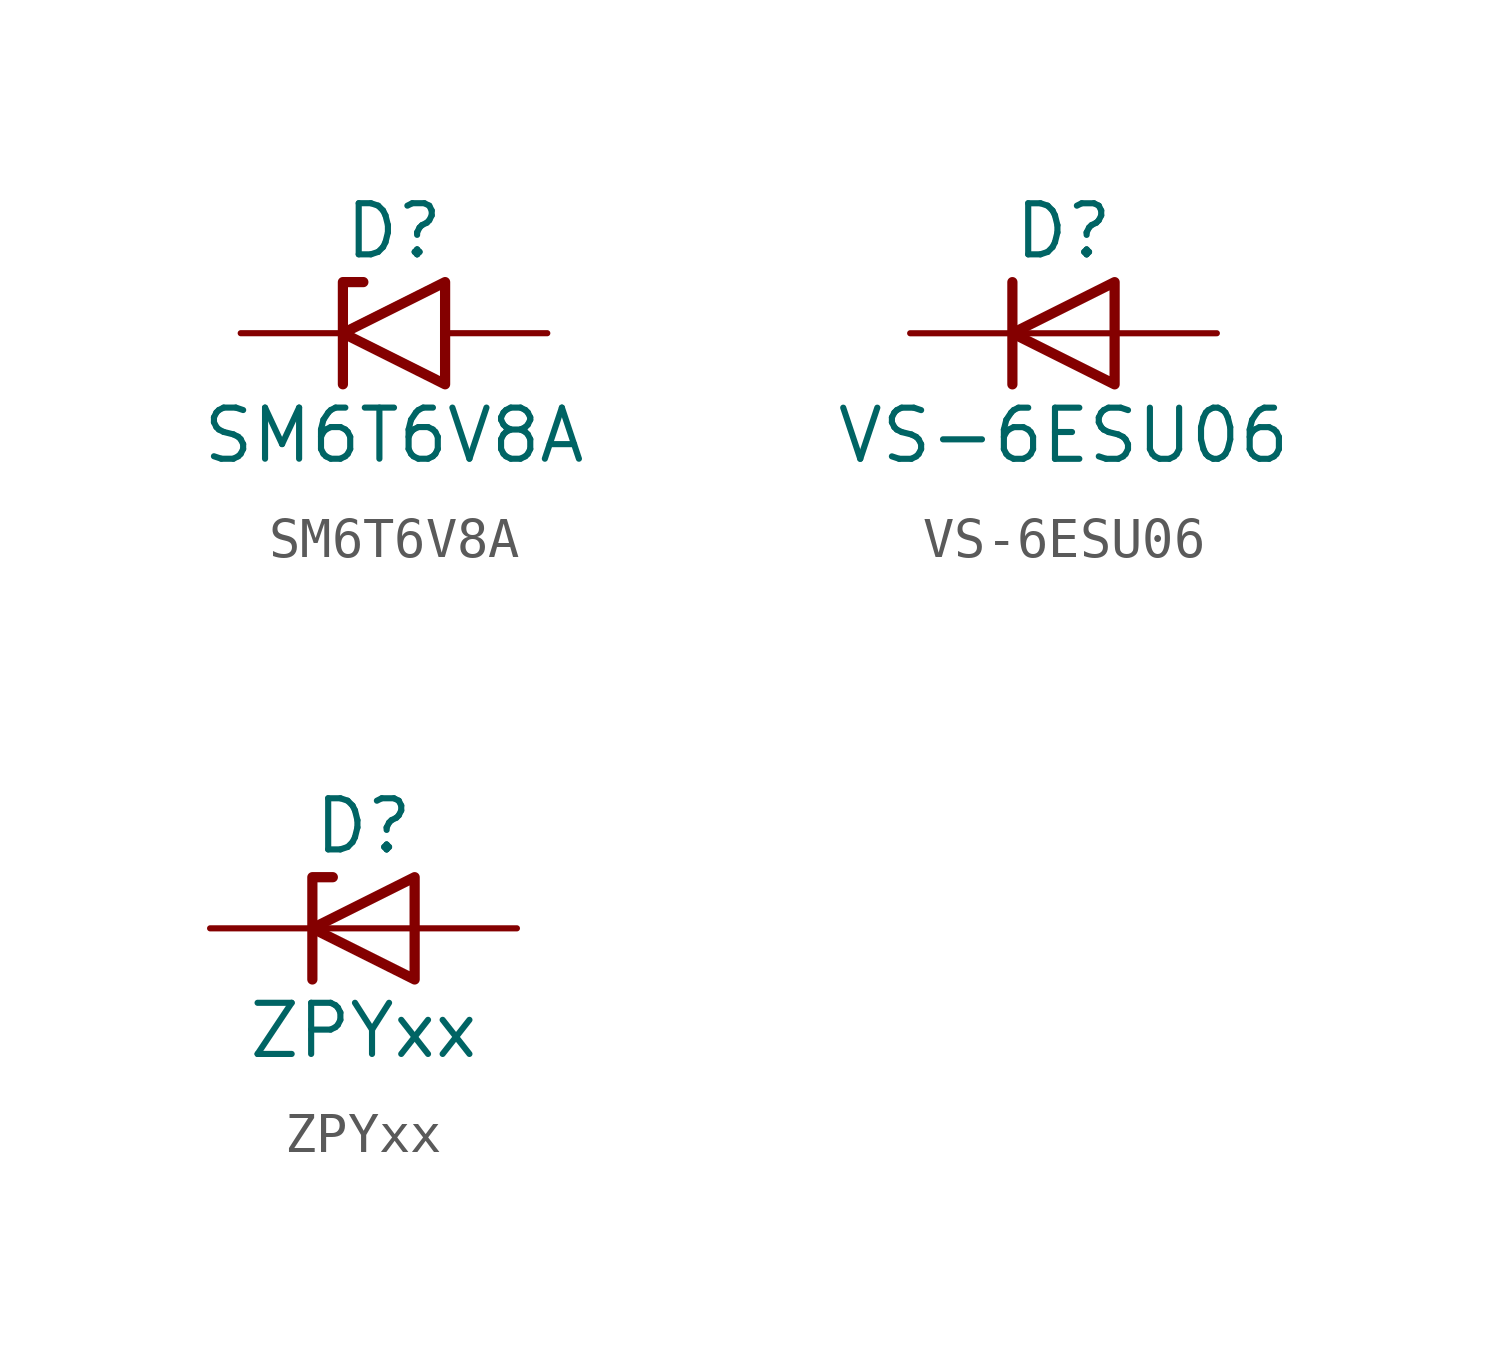
<source format=kicad_sym>
(kicad_symbol_lib
  (version 20211014)
  (generator kicad_symbol_editor)
  (symbol "SM6T6V8A"
    (pin_numbers hide)
    (pin_names
      (offset 1.016) hide)
    (property "Reference" "D"
      (at 0 2.54 0)
      (effects (font (size 1.27 1.27))))
    (property "Value" "SM6T6V8A"
      (at 0 -2.54 0)
      (effects (font (size 1.27 1.27))))
    (symbol "SM6T6V8A_0_1"
      (polyline (pts (xy -0.762 1.27) (xy -1.27 1.27) (xy -1.27 -1.27)) (stroke (width 0.254) (type default) (color 0 0 0 0)) (fill (type none)))
      (polyline (pts (xy 1.27 1.27) (xy 1.27 -1.27) (xy -1.27 0) (xy 1.27 1.27)) (stroke (width 0.254) (type default) (color 0 0 0 0)) (fill (type none))))
    (symbol "SM6T6V8A_1_1"
      (pin passive line (at -3.81 0 0) (length 2.54) (name "A1" (effects (font (size 1.27 1.27)))) (number "1" (effects (font (size 1.27 1.27)))))
      (pin passive line (at 3.81 0 180) (length 2.54) (name "A2" (effects (font (size 1.27 1.27)))) (number "2" (effects (font (size 1.27 1.27)))))))
  (symbol "VS-6ESU06"
    (pin_numbers hide)
    (pin_names hide)
    (property "Reference" "D"
      (at 0 2.54 0)
      (effects (font (size 1.27 1.27))))
    (property "Value" "VS-6ESU06"
      (at 0 -2.54 0)
      (effects (font (size 1.27 1.27))))
    (symbol "VS-6ESU06_0_1"
      (polyline (pts (xy -1.27 1.27) (xy -1.27 -1.27)) (stroke (width 0.254) (type default) (color 0 0 0 0)) (fill (type none)))
      (polyline (pts (xy 1.27 0) (xy -1.27 0)) (stroke (width 0) (type default) (color 0 0 0 0)) (fill (type none)))
      (polyline (pts (xy 1.27 1.27) (xy 1.27 -1.27) (xy -1.27 0) (xy 1.27 1.27)) (stroke (width 0.254) (type default) (color 0 0 0 0)) (fill (type none))))
    (symbol "VS-6ESU06_1_1"
      (pin passive line (at 3.81 0 180) (length 2.54) (name "A" (effects (font (size 1.27 1.27)))) (number "1" (effects (font (size 1.27 1.27)))))
      (pin passive line (at 3.81 0 180) (length 2.54) hide (name "A" (effects (font (size 1.27 1.27)))) (number "2" (effects (font (size 1.27 1.27)))))
      (pin passive line (at -3.81 0 0) (length 2.54) (name "K" (effects (font (size 1.27 1.27)))) (number "3" (effects (font (size 1.27 1.27)))))))
  (symbol "ZPYxx"
    (pin_numbers hide)
    (pin_names hide)
    (property "Reference" "D"
      (at 0 2.54 0)
      (effects (font (size 1.27 1.27))))
    (property "Value" "ZPYxx"
      (at 0 -2.54 0)
      (effects (font (size 1.27 1.27))))
    (symbol "ZPYxx_0_1"
      (polyline (pts (xy 1.27 0) (xy -1.27 0)) (stroke (width 0) (type default) (color 0 0 0 0)) (fill (type none)))
      (polyline (pts (xy -1.27 -1.27) (xy -1.27 1.27) (xy -0.762 1.27)) (stroke (width 0.254) (type default) (color 0 0 0 0)) (fill (type none)))
      (polyline (pts (xy 1.27 -1.27) (xy 1.27 1.27) (xy -1.27 0) (xy 1.27 -1.27)) (stroke (width 0.254) (type default) (color 0 0 0 0)) (fill (type none))))
    (symbol "ZPYxx_1_1"
      (pin passive line (at -3.81 0 0) (length 2.54) (name "K" (effects (font (size 1.27 1.27)))) (number "1" (effects (font (size 1.27 1.27)))))
      (pin passive line (at 3.81 0 180) (length 2.54) (name "A" (effects (font (size 1.27 1.27)))) (number "2" (effects (font (size 1.27 1.27))))))))
</source>
